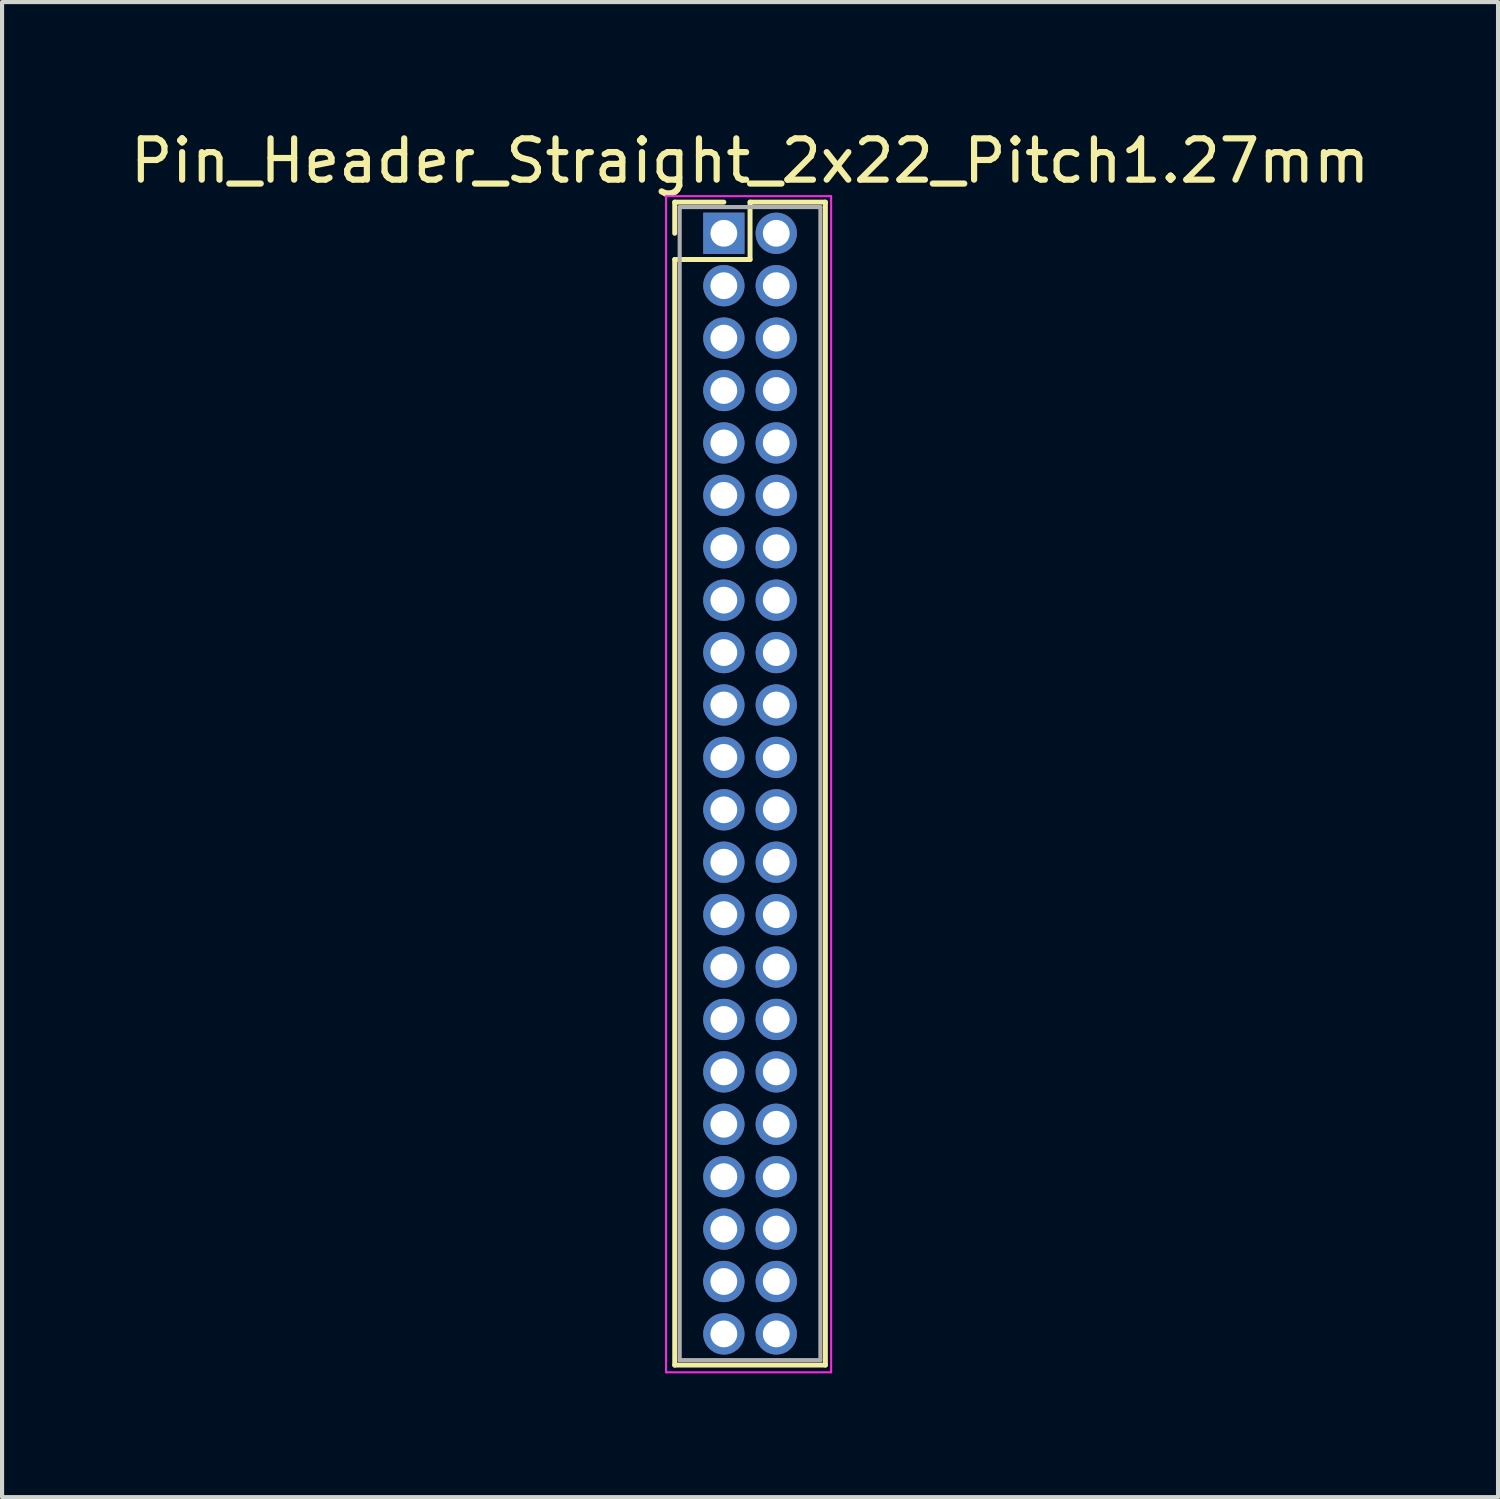
<source format=kicad_pcb>
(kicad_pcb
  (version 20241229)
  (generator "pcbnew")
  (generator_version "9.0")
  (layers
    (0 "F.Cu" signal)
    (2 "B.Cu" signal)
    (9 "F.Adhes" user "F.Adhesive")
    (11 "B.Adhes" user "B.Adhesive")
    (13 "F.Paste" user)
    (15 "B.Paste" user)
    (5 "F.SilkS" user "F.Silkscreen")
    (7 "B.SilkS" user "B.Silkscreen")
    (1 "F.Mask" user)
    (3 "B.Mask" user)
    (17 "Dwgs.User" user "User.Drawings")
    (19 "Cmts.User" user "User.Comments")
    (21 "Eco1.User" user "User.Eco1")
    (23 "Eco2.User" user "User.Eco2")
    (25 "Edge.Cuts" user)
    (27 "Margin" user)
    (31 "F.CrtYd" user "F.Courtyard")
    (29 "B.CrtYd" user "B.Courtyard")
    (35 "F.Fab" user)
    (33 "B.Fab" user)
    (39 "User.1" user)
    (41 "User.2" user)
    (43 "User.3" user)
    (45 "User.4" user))
  (footprint "Pin_Header_Straight_2x22_Pitch1.27mm"
    (layer "F.Cu")
    (at 14.49 2.603)
    (property "Reference" "Pin_Header_Straight_2x22_Pitch1.27mm" (at 0.635 -1.755 0) (layer "F.SilkS") (effects (font (size 1 1) (thickness 0.15))))
    (attr through_hole)
    (fp_line (start -1.19 -0.755) (end 0 -0.755) (stroke (width 0.12) (type solid)) (layer "F.SilkS"))
    (fp_line (start -1.19 0) (end -1.19 -0.755) (stroke (width 0.12) (type solid)) (layer "F.SilkS"))
    (fp_line (start -1.19 0.635) (end -1.19 27.425) (stroke (width 0.12) (type solid)) (layer "F.SilkS"))
    (fp_line (start -1.19 27.425) (end 2.46 27.425) (stroke (width 0.12) (type solid)) (layer "F.SilkS"))
    (fp_line (start 0.635 -0.755) (end 0.635 0.635) (stroke (width 0.12) (type solid)) (layer "F.SilkS"))
    (fp_line (start 0.635 0.635) (end -1.19 0.635) (stroke (width 0.12) (type solid)) (layer "F.SilkS"))
    (fp_line (start 2.46 -0.755) (end 0.635 -0.755) (stroke (width 0.12) (type solid)) (layer "F.SilkS"))
    (fp_line (start 2.46 27.425) (end 2.46 -0.755) (stroke (width 0.12) (type solid)) (layer "F.SilkS"))
    (fp_line (start -1.4 -0.9) (end -1.4 27.6) (stroke (width 0.05) (type solid)) (layer "F.CrtYd"))
    (fp_line (start -1.4 27.6) (end 2.6 27.6) (stroke (width 0.05) (type solid)) (layer "F.CrtYd"))
    (fp_line (start 2.6 -0.9) (end -1.4 -0.9) (stroke (width 0.05) (type solid)) (layer "F.CrtYd"))
    (fp_line (start 2.6 27.6) (end 2.6 -0.9) (stroke (width 0.05) (type solid)) (layer "F.CrtYd"))
    (fp_line (start -1.07 -0.635) (end -1.07 27.305) (stroke (width 0.1) (type solid)) (layer "F.Fab"))
    (fp_line (start -1.07 27.305) (end 2.34 27.305) (stroke (width 0.1) (type solid)) (layer "F.Fab"))
    (fp_line (start 2.34 -0.635) (end -1.07 -0.635) (stroke (width 0.1) (type solid)) (layer "F.Fab"))
    (fp_line (start 2.34 27.305) (end 2.34 -0.635) (stroke (width 0.1) (type solid)) (layer "F.Fab"))
    (pad "1" thru_hole rect (at 0 0) (size 1 1) (drill 0.65) (layers "*.Cu" "*.Mask"))
    (pad "2" thru_hole oval (at 1.27 0) (size 1 1) (drill 0.65) (layers "*.Cu" "*.Mask"))
    (pad "3" thru_hole oval (at 0 1.27) (size 1 1) (drill 0.65) (layers "*.Cu" "*.Mask"))
    (pad "4" thru_hole oval (at 1.27 1.27) (size 1 1) (drill 0.65) (layers "*.Cu" "*.Mask"))
    (pad "5" thru_hole oval (at 0 2.54) (size 1 1) (drill 0.65) (layers "*.Cu" "*.Mask"))
    (pad "6" thru_hole oval (at 1.27 2.54) (size 1 1) (drill 0.65) (layers "*.Cu" "*.Mask"))
    (pad "7" thru_hole oval (at 0 3.81) (size 1 1) (drill 0.65) (layers "*.Cu" "*.Mask"))
    (pad "8" thru_hole oval (at 1.27 3.81) (size 1 1) (drill 0.65) (layers "*.Cu" "*.Mask"))
    (pad "9" thru_hole oval (at 0 5.08) (size 1 1) (drill 0.65) (layers "*.Cu" "*.Mask"))
    (pad "10" thru_hole oval (at 1.27 5.08) (size 1 1) (drill 0.65) (layers "*.Cu" "*.Mask"))
    (pad "11" thru_hole oval (at 0 6.35) (size 1 1) (drill 0.65) (layers "*.Cu" "*.Mask"))
    (pad "12" thru_hole oval (at 1.27 6.35) (size 1 1) (drill 0.65) (layers "*.Cu" "*.Mask"))
    (pad "13" thru_hole oval (at 0 7.62) (size 1 1) (drill 0.65) (layers "*.Cu" "*.Mask"))
    (pad "14" thru_hole oval (at 1.27 7.62) (size 1 1) (drill 0.65) (layers "*.Cu" "*.Mask"))
    (pad "15" thru_hole oval (at 0 8.89) (size 1 1) (drill 0.65) (layers "*.Cu" "*.Mask"))
    (pad "16" thru_hole oval (at 1.27 8.89) (size 1 1) (drill 0.65) (layers "*.Cu" "*.Mask"))
    (pad "17" thru_hole oval (at 0 10.16) (size 1 1) (drill 0.65) (layers "*.Cu" "*.Mask"))
    (pad "18" thru_hole oval (at 1.27 10.16) (size 1 1) (drill 0.65) (layers "*.Cu" "*.Mask"))
    (pad "19" thru_hole oval (at 0 11.43) (size 1 1) (drill 0.65) (layers "*.Cu" "*.Mask"))
    (pad "20" thru_hole oval (at 1.27 11.43) (size 1 1) (drill 0.65) (layers "*.Cu" "*.Mask"))
    (pad "21" thru_hole oval (at 0 12.7) (size 1 1) (drill 0.65) (layers "*.Cu" "*.Mask"))
    (pad "22" thru_hole oval (at 1.27 12.7) (size 1 1) (drill 0.65) (layers "*.Cu" "*.Mask"))
    (pad "23" thru_hole oval (at 0 13.97) (size 1 1) (drill 0.65) (layers "*.Cu" "*.Mask"))
    (pad "24" thru_hole oval (at 1.27 13.97) (size 1 1) (drill 0.65) (layers "*.Cu" "*.Mask"))
    (pad "25" thru_hole oval (at 0 15.24) (size 1 1) (drill 0.65) (layers "*.Cu" "*.Mask"))
    (pad "26" thru_hole oval (at 1.27 15.24) (size 1 1) (drill 0.65) (layers "*.Cu" "*.Mask"))
    (pad "27" thru_hole oval (at 0 16.51) (size 1 1) (drill 0.65) (layers "*.Cu" "*.Mask"))
    (pad "28" thru_hole oval (at 1.27 16.51) (size 1 1) (drill 0.65) (layers "*.Cu" "*.Mask"))
    (pad "29" thru_hole oval (at 0 17.78) (size 1 1) (drill 0.65) (layers "*.Cu" "*.Mask"))
    (pad "30" thru_hole oval (at 1.27 17.78) (size 1 1) (drill 0.65) (layers "*.Cu" "*.Mask"))
    (pad "31" thru_hole oval (at 0 19.05) (size 1 1) (drill 0.65) (layers "*.Cu" "*.Mask"))
    (pad "32" thru_hole oval (at 1.27 19.05) (size 1 1) (drill 0.65) (layers "*.Cu" "*.Mask"))
    (pad "33" thru_hole oval (at 0 20.32) (size 1 1) (drill 0.65) (layers "*.Cu" "*.Mask"))
    (pad "34" thru_hole oval (at 1.27 20.32) (size 1 1) (drill 0.65) (layers "*.Cu" "*.Mask"))
    (pad "35" thru_hole oval (at 0 21.59) (size 1 1) (drill 0.65) (layers "*.Cu" "*.Mask"))
    (pad "36" thru_hole oval (at 1.27 21.59) (size 1 1) (drill 0.65) (layers "*.Cu" "*.Mask"))
    (pad "37" thru_hole oval (at 0 22.86) (size 1 1) (drill 0.65) (layers "*.Cu" "*.Mask"))
    (pad "38" thru_hole oval (at 1.27 22.86) (size 1 1) (drill 0.65) (layers "*.Cu" "*.Mask"))
    (pad "39" thru_hole oval (at 0 24.13) (size 1 1) (drill 0.65) (layers "*.Cu" "*.Mask"))
    (pad "40" thru_hole oval (at 1.27 24.13) (size 1 1) (drill 0.65) (layers "*.Cu" "*.Mask"))
    (pad "41" thru_hole oval (at 0 25.4) (size 1 1) (drill 0.65) (layers "*.Cu" "*.Mask"))
    (pad "42" thru_hole oval (at 1.27 25.4) (size 1 1) (drill 0.65) (layers "*.Cu" "*.Mask"))
    (pad "43" thru_hole oval (at 0 26.67) (size 1 1) (drill 0.65) (layers "*.Cu" "*.Mask"))
    (pad "44" thru_hole oval (at 1.27 26.67) (size 1 1) (drill 0.65) (layers "*.Cu" "*.Mask")))
  (gr_rect
    (start -3 -3)
    (end 33.25 33.228)
    (stroke (width 0.1) (type default))
    (fill no)
    (layer "Edge.Cuts")))
</source>
